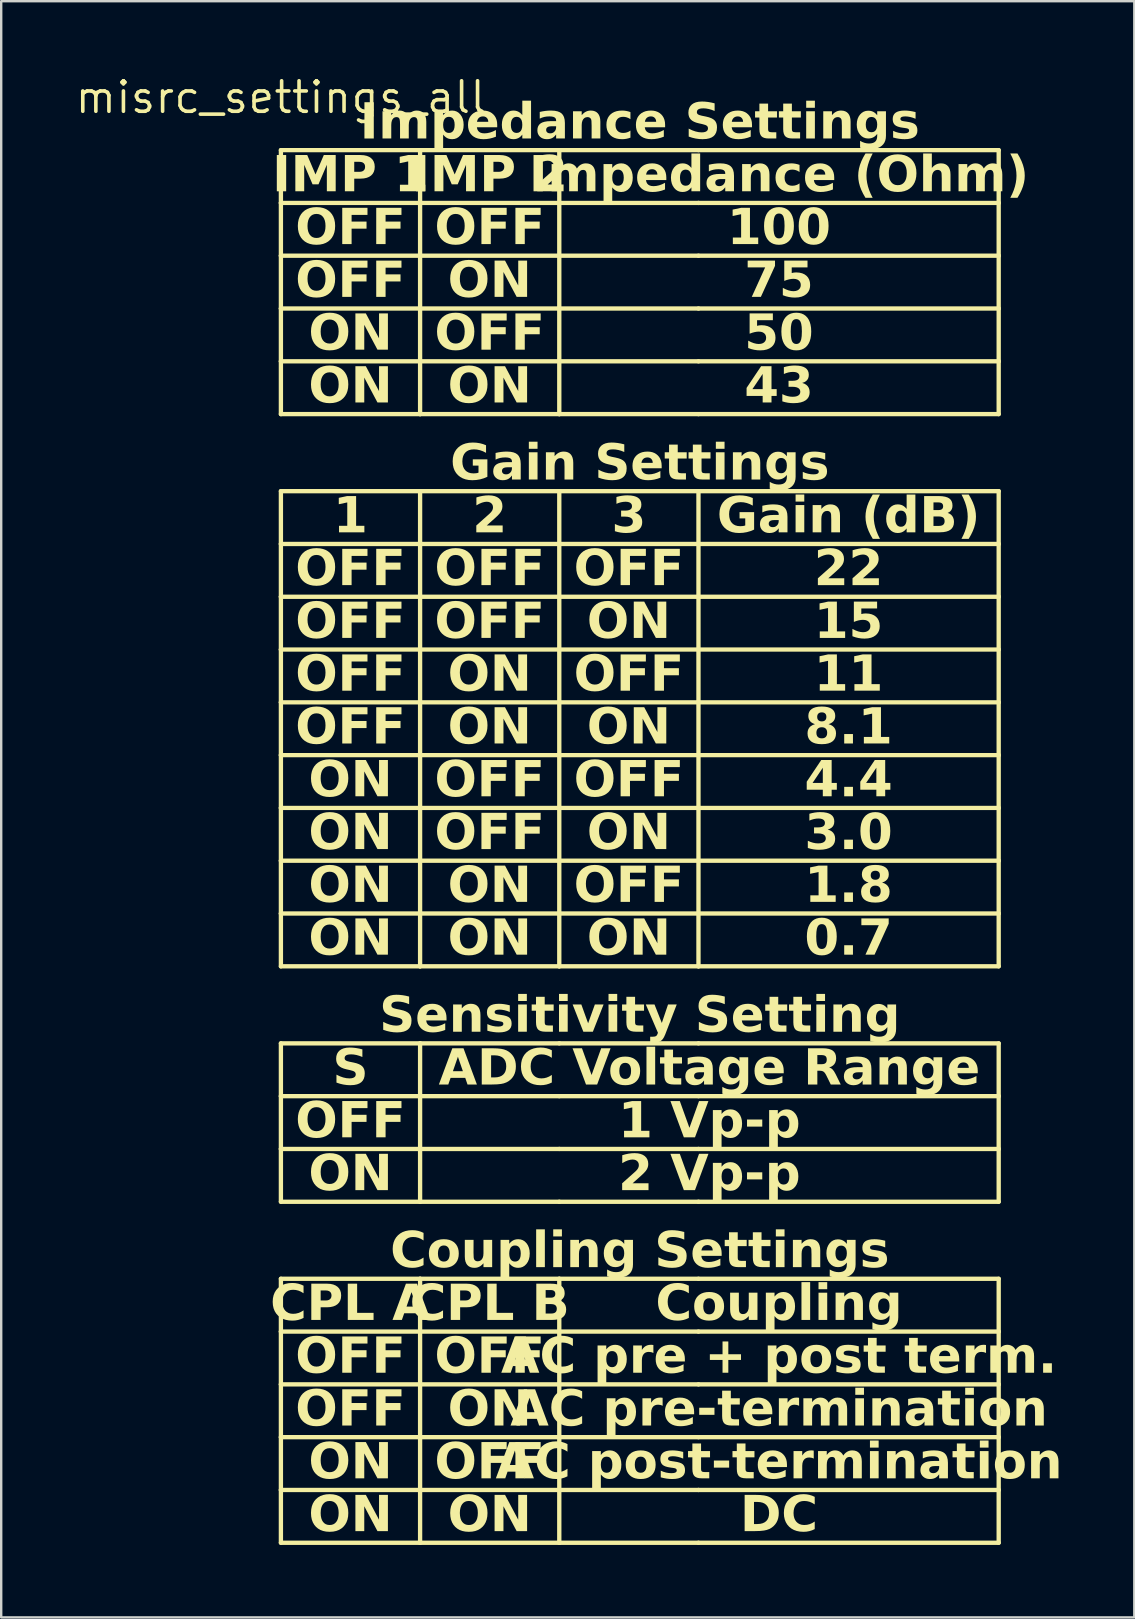
<source format=kicad_pcb>
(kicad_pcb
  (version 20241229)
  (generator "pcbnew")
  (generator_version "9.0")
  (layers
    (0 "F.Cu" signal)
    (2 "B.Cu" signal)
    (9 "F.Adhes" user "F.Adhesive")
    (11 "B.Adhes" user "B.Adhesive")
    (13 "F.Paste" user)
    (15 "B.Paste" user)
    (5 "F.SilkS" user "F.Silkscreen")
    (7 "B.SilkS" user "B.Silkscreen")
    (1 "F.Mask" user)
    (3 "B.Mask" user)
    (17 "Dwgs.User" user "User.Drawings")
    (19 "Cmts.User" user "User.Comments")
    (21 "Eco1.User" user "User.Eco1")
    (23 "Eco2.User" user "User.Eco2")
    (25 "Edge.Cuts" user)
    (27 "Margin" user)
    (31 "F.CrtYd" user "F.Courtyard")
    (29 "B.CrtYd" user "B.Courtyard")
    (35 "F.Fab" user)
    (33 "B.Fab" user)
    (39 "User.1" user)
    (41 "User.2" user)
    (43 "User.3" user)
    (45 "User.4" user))
  (footprint "misrc_settings_all"
    (layer "F.Cu")
    (at 8.655 1.006)
    (property "Reference" "misrc_settings_all" (at 0 0 0) (layer "F.SilkS") (effects (font (size 1.27 1.27) (thickness 0.15))))
    (attr through_hole)
    (fp_line (start 0 2.2) (end 0 4.4) (stroke (width 0.18) (type solid)) (layer "F.SilkS"))
    (fp_line (start 0 2.2) (end 5.8 2.2) (stroke (width 0.18) (type solid)) (layer "F.SilkS"))
    (fp_line (start 0 4.4) (end 0 6.6) (stroke (width 0.18) (type solid)) (layer "F.SilkS"))
    (fp_line (start 0 4.4) (end 5.8 4.4) (stroke (width 0.18) (type solid)) (layer "F.SilkS"))
    (fp_line (start 0 6.6) (end 0 8.8) (stroke (width 0.18) (type solid)) (layer "F.SilkS"))
    (fp_line (start 0 6.6) (end 5.8 6.6) (stroke (width 0.18) (type solid)) (layer "F.SilkS"))
    (fp_line (start 0 8.8) (end 0 11) (stroke (width 0.18) (type solid)) (layer "F.SilkS"))
    (fp_line (start 0 8.8) (end 5.8 8.8) (stroke (width 0.18) (type solid)) (layer "F.SilkS"))
    (fp_line (start 0 11) (end 0 13.2) (stroke (width 0.18) (type solid)) (layer "F.SilkS"))
    (fp_line (start 0 11) (end 5.8 11) (stroke (width 0.18) (type solid)) (layer "F.SilkS"))
    (fp_line (start 0 13.2) (end 5.8 13.2) (stroke (width 0.18) (type solid)) (layer "F.SilkS"))
    (fp_line (start 0 16.41) (end 0 18.61) (stroke (width 0.18) (type solid)) (layer "F.SilkS"))
    (fp_line (start 0 16.41) (end 5.8 16.41) (stroke (width 0.18) (type solid)) (layer "F.SilkS"))
    (fp_line (start 0 18.61) (end 0 20.81) (stroke (width 0.18) (type solid)) (layer "F.SilkS"))
    (fp_line (start 0 18.61) (end 5.8 18.61) (stroke (width 0.18) (type solid)) (layer "F.SilkS"))
    (fp_line (start 0 20.81) (end 0 23.01) (stroke (width 0.18) (type solid)) (layer "F.SilkS"))
    (fp_line (start 0 20.81) (end 5.8 20.81) (stroke (width 0.18) (type solid)) (layer "F.SilkS"))
    (fp_line (start 0 23.01) (end 0 25.21) (stroke (width 0.18) (type solid)) (layer "F.SilkS"))
    (fp_line (start 0 23.01) (end 5.8 23.01) (stroke (width 0.18) (type solid)) (layer "F.SilkS"))
    (fp_line (start 0 25.21) (end 0 27.41) (stroke (width 0.18) (type solid)) (layer "F.SilkS"))
    (fp_line (start 0 25.21) (end 5.8 25.21) (stroke (width 0.18) (type solid)) (layer "F.SilkS"))
    (fp_line (start 0 27.41) (end 0 29.61) (stroke (width 0.18) (type solid)) (layer "F.SilkS"))
    (fp_line (start 0 27.41) (end 5.8 27.41) (stroke (width 0.18) (type solid)) (layer "F.SilkS"))
    (fp_line (start 0 29.61) (end 0 31.81) (stroke (width 0.18) (type solid)) (layer "F.SilkS"))
    (fp_line (start 0 29.61) (end 5.8 29.61) (stroke (width 0.18) (type solid)) (layer "F.SilkS"))
    (fp_line (start 0 31.81) (end 0 34.01) (stroke (width 0.18) (type solid)) (layer "F.SilkS"))
    (fp_line (start 0 31.81) (end 5.8 31.81) (stroke (width 0.18) (type solid)) (layer "F.SilkS"))
    (fp_line (start 0 34.01) (end 0 36.21) (stroke (width 0.18) (type solid)) (layer "F.SilkS"))
    (fp_line (start 0 34.01) (end 5.8 34.01) (stroke (width 0.18) (type solid)) (layer "F.SilkS"))
    (fp_line (start 0 36.21) (end 5.8 36.21) (stroke (width 0.18) (type solid)) (layer "F.SilkS"))
    (fp_line (start 0 39.42) (end 0 41.62) (stroke (width 0.18) (type solid)) (layer "F.SilkS"))
    (fp_line (start 0 39.42) (end 5.8 39.42) (stroke (width 0.18) (type solid)) (layer "F.SilkS"))
    (fp_line (start 0 41.62) (end 0 43.82) (stroke (width 0.18) (type solid)) (layer "F.SilkS"))
    (fp_line (start 0 41.62) (end 5.8 41.62) (stroke (width 0.18) (type solid)) (layer "F.SilkS"))
    (fp_line (start 0 43.82) (end 0 46.02) (stroke (width 0.18) (type solid)) (layer "F.SilkS"))
    (fp_line (start 0 43.82) (end 5.8 43.82) (stroke (width 0.18) (type solid)) (layer "F.SilkS"))
    (fp_line (start 0 46.02) (end 5.8 46.02) (stroke (width 0.18) (type solid)) (layer "F.SilkS"))
    (fp_line (start 0 49.23) (end 0 51.43) (stroke (width 0.18) (type solid)) (layer "F.SilkS"))
    (fp_line (start 0 49.23) (end 5.8 49.23) (stroke (width 0.18) (type solid)) (layer "F.SilkS"))
    (fp_line (start 0 51.43) (end 0 53.63) (stroke (width 0.18) (type solid)) (layer "F.SilkS"))
    (fp_line (start 0 51.43) (end 5.8 51.43) (stroke (width 0.18) (type solid)) (layer "F.SilkS"))
    (fp_line (start 0 53.63) (end 0 55.83) (stroke (width 0.18) (type solid)) (layer "F.SilkS"))
    (fp_line (start 0 53.63) (end 5.8 53.63) (stroke (width 0.18) (type solid)) (layer "F.SilkS"))
    (fp_line (start 0 55.83) (end 0 58.03) (stroke (width 0.18) (type solid)) (layer "F.SilkS"))
    (fp_line (start 0 55.83) (end 5.8 55.83) (stroke (width 0.18) (type solid)) (layer "F.SilkS"))
    (fp_line (start 0 58.03) (end 0 60.23) (stroke (width 0.18) (type solid)) (layer "F.SilkS"))
    (fp_line (start 0 58.03) (end 5.8 58.03) (stroke (width 0.18) (type solid)) (layer "F.SilkS"))
    (fp_line (start 0 60.23) (end 5.8 60.23) (stroke (width 0.18) (type solid)) (layer "F.SilkS"))
    (fp_line (start 5.8 2.2) (end 5.8 4.4) (stroke (width 0.18) (type solid)) (layer "F.SilkS"))
    (fp_line (start 5.8 2.2) (end 11.6 2.2) (stroke (width 0.18) (type solid)) (layer "F.SilkS"))
    (fp_line (start 5.8 4.4) (end 5.8 6.6) (stroke (width 0.18) (type solid)) (layer "F.SilkS"))
    (fp_line (start 5.8 4.4) (end 11.6 4.4) (stroke (width 0.18) (type solid)) (layer "F.SilkS"))
    (fp_line (start 5.8 6.6) (end 5.8 8.8) (stroke (width 0.18) (type solid)) (layer "F.SilkS"))
    (fp_line (start 5.8 6.6) (end 11.6 6.6) (stroke (width 0.18) (type solid)) (layer "F.SilkS"))
    (fp_line (start 5.8 8.8) (end 5.8 11) (stroke (width 0.18) (type solid)) (layer "F.SilkS"))
    (fp_line (start 5.8 8.8) (end 11.6 8.8) (stroke (width 0.18) (type solid)) (layer "F.SilkS"))
    (fp_line (start 5.8 11) (end 5.8 13.2) (stroke (width 0.18) (type solid)) (layer "F.SilkS"))
    (fp_line (start 5.8 11) (end 11.6 11) (stroke (width 0.18) (type solid)) (layer "F.SilkS"))
    (fp_line (start 5.8 13.2) (end 11.6 13.2) (stroke (width 0.18) (type solid)) (layer "F.SilkS"))
    (fp_line (start 5.8 16.41) (end 5.8 18.61) (stroke (width 0.18) (type solid)) (layer "F.SilkS"))
    (fp_line (start 5.8 16.41) (end 11.6 16.41) (stroke (width 0.18) (type solid)) (layer "F.SilkS"))
    (fp_line (start 5.8 18.61) (end 5.8 20.81) (stroke (width 0.18) (type solid)) (layer "F.SilkS"))
    (fp_line (start 5.8 18.61) (end 11.6 18.61) (stroke (width 0.18) (type solid)) (layer "F.SilkS"))
    (fp_line (start 5.8 20.81) (end 5.8 23.01) (stroke (width 0.18) (type solid)) (layer "F.SilkS"))
    (fp_line (start 5.8 20.81) (end 11.6 20.81) (stroke (width 0.18) (type solid)) (layer "F.SilkS"))
    (fp_line (start 5.8 23.01) (end 5.8 25.21) (stroke (width 0.18) (type solid)) (layer "F.SilkS"))
    (fp_line (start 5.8 23.01) (end 11.6 23.01) (stroke (width 0.18) (type solid)) (layer "F.SilkS"))
    (fp_line (start 5.8 25.21) (end 5.8 27.41) (stroke (width 0.18) (type solid)) (layer "F.SilkS"))
    (fp_line (start 5.8 25.21) (end 11.6 25.21) (stroke (width 0.18) (type solid)) (layer "F.SilkS"))
    (fp_line (start 5.8 27.41) (end 5.8 29.61) (stroke (width 0.18) (type solid)) (layer "F.SilkS"))
    (fp_line (start 5.8 27.41) (end 11.6 27.41) (stroke (width 0.18) (type solid)) (layer "F.SilkS"))
    (fp_line (start 5.8 29.61) (end 5.8 31.81) (stroke (width 0.18) (type solid)) (layer "F.SilkS"))
    (fp_line (start 5.8 29.61) (end 11.6 29.61) (stroke (width 0.18) (type solid)) (layer "F.SilkS"))
    (fp_line (start 5.8 31.81) (end 5.8 34.01) (stroke (width 0.18) (type solid)) (layer "F.SilkS"))
    (fp_line (start 5.8 31.81) (end 11.6 31.81) (stroke (width 0.18) (type solid)) (layer "F.SilkS"))
    (fp_line (start 5.8 34.01) (end 5.8 36.21) (stroke (width 0.18) (type solid)) (layer "F.SilkS"))
    (fp_line (start 5.8 34.01) (end 11.6 34.01) (stroke (width 0.18) (type solid)) (layer "F.SilkS"))
    (fp_line (start 5.8 36.21) (end 11.6 36.21) (stroke (width 0.18) (type solid)) (layer "F.SilkS"))
    (fp_line (start 5.8 39.42) (end 5.8 41.62) (stroke (width 0.18) (type solid)) (layer "F.SilkS"))
    (fp_line (start 5.8 39.42) (end 11.6 39.42) (stroke (width 0.18) (type solid)) (layer "F.SilkS"))
    (fp_line (start 5.8 41.62) (end 5.8 43.82) (stroke (width 0.18) (type solid)) (layer "F.SilkS"))
    (fp_line (start 5.8 41.62) (end 11.6 41.62) (stroke (width 0.18) (type solid)) (layer "F.SilkS"))
    (fp_line (start 5.8 43.82) (end 5.8 46.02) (stroke (width 0.18) (type solid)) (layer "F.SilkS"))
    (fp_line (start 5.8 43.82) (end 11.6 43.82) (stroke (width 0.18) (type solid)) (layer "F.SilkS"))
    (fp_line (start 5.8 46.02) (end 11.6 46.02) (stroke (width 0.18) (type solid)) (layer "F.SilkS"))
    (fp_line (start 5.8 49.23) (end 5.8 51.43) (stroke (width 0.18) (type solid)) (layer "F.SilkS"))
    (fp_line (start 5.8 49.23) (end 11.6 49.23) (stroke (width 0.18) (type solid)) (layer "F.SilkS"))
    (fp_line (start 5.8 51.43) (end 5.8 53.63) (stroke (width 0.18) (type solid)) (layer "F.SilkS"))
    (fp_line (start 5.8 51.43) (end 11.6 51.43) (stroke (width 0.18) (type solid)) (layer "F.SilkS"))
    (fp_line (start 5.8 53.63) (end 5.8 55.83) (stroke (width 0.18) (type solid)) (layer "F.SilkS"))
    (fp_line (start 5.8 53.63) (end 11.6 53.63) (stroke (width 0.18) (type solid)) (layer "F.SilkS"))
    (fp_line (start 5.8 55.83) (end 5.8 58.03) (stroke (width 0.18) (type solid)) (layer "F.SilkS"))
    (fp_line (start 5.8 55.83) (end 11.6 55.83) (stroke (width 0.18) (type solid)) (layer "F.SilkS"))
    (fp_line (start 5.8 58.03) (end 5.8 60.23) (stroke (width 0.18) (type solid)) (layer "F.SilkS"))
    (fp_line (start 5.8 58.03) (end 11.6 58.03) (stroke (width 0.18) (type solid)) (layer "F.SilkS"))
    (fp_line (start 5.8 60.23) (end 11.6 60.23) (stroke (width 0.18) (type solid)) (layer "F.SilkS"))
    (fp_line (start 11.6 2.2) (end 11.6 4.4) (stroke (width 0.18) (type solid)) (layer "F.SilkS"))
    (fp_line (start 11.6 2.2) (end 17.4 2.2) (stroke (width 0.18) (type solid)) (layer "F.SilkS"))
    (fp_line (start 11.6 4.4) (end 11.6 6.6) (stroke (width 0.18) (type solid)) (layer "F.SilkS"))
    (fp_line (start 11.6 4.4) (end 17.4 4.4) (stroke (width 0.18) (type solid)) (layer "F.SilkS"))
    (fp_line (start 11.6 6.6) (end 11.6 8.8) (stroke (width 0.18) (type solid)) (layer "F.SilkS"))
    (fp_line (start 11.6 6.6) (end 17.4 6.6) (stroke (width 0.18) (type solid)) (layer "F.SilkS"))
    (fp_line (start 11.6 8.8) (end 11.6 11) (stroke (width 0.18) (type solid)) (layer "F.SilkS"))
    (fp_line (start 11.6 8.8) (end 17.4 8.8) (stroke (width 0.18) (type solid)) (layer "F.SilkS"))
    (fp_line (start 11.6 11) (end 11.6 13.2) (stroke (width 0.18) (type solid)) (layer "F.SilkS"))
    (fp_line (start 11.6 11) (end 17.4 11) (stroke (width 0.18) (type solid)) (layer "F.SilkS"))
    (fp_line (start 11.6 13.2) (end 17.4 13.2) (stroke (width 0.18) (type solid)) (layer "F.SilkS"))
    (fp_line (start 11.6 16.41) (end 11.6 18.61) (stroke (width 0.18) (type solid)) (layer "F.SilkS"))
    (fp_line (start 11.6 16.41) (end 17.4 16.41) (stroke (width 0.18) (type solid)) (layer "F.SilkS"))
    (fp_line (start 11.6 18.61) (end 11.6 20.81) (stroke (width 0.18) (type solid)) (layer "F.SilkS"))
    (fp_line (start 11.6 18.61) (end 17.4 18.61) (stroke (width 0.18) (type solid)) (layer "F.SilkS"))
    (fp_line (start 11.6 20.81) (end 11.6 23.01) (stroke (width 0.18) (type solid)) (layer "F.SilkS"))
    (fp_line (start 11.6 20.81) (end 17.4 20.81) (stroke (width 0.18) (type solid)) (layer "F.SilkS"))
    (fp_line (start 11.6 23.01) (end 11.6 25.21) (stroke (width 0.18) (type solid)) (layer "F.SilkS"))
    (fp_line (start 11.6 23.01) (end 17.4 23.01) (stroke (width 0.18) (type solid)) (layer "F.SilkS"))
    (fp_line (start 11.6 25.21) (end 11.6 27.41) (stroke (width 0.18) (type solid)) (layer "F.SilkS"))
    (fp_line (start 11.6 25.21) (end 17.4 25.21) (stroke (width 0.18) (type solid)) (layer "F.SilkS"))
    (fp_line (start 11.6 27.41) (end 11.6 29.61) (stroke (width 0.18) (type solid)) (layer "F.SilkS"))
    (fp_line (start 11.6 27.41) (end 17.4 27.41) (stroke (width 0.18) (type solid)) (layer "F.SilkS"))
    (fp_line (start 11.6 29.61) (end 11.6 31.81) (stroke (width 0.18) (type solid)) (layer "F.SilkS"))
    (fp_line (start 11.6 29.61) (end 17.4 29.61) (stroke (width 0.18) (type solid)) (layer "F.SilkS"))
    (fp_line (start 11.6 31.81) (end 11.6 34.01) (stroke (width 0.18) (type solid)) (layer "F.SilkS"))
    (fp_line (start 11.6 31.81) (end 17.4 31.81) (stroke (width 0.18) (type solid)) (layer "F.SilkS"))
    (fp_line (start 11.6 34.01) (end 11.6 36.21) (stroke (width 0.18) (type solid)) (layer "F.SilkS"))
    (fp_line (start 11.6 34.01) (end 17.4 34.01) (stroke (width 0.18) (type solid)) (layer "F.SilkS"))
    (fp_line (start 11.6 36.21) (end 17.4 36.21) (stroke (width 0.18) (type solid)) (layer "F.SilkS"))
    (fp_line (start 11.6 39.42) (end 17.4 39.42) (stroke (width 0.18) (type solid)) (layer "F.SilkS"))
    (fp_line (start 11.6 41.62) (end 17.4 41.62) (stroke (width 0.18) (type solid)) (layer "F.SilkS"))
    (fp_line (start 11.6 43.82) (end 17.4 43.82) (stroke (width 0.18) (type solid)) (layer "F.SilkS"))
    (fp_line (start 11.6 46.02) (end 17.4 46.02) (stroke (width 0.18) (type solid)) (layer "F.SilkS"))
    (fp_line (start 11.6 49.23) (end 11.6 51.43) (stroke (width 0.18) (type solid)) (layer "F.SilkS"))
    (fp_line (start 11.6 49.23) (end 17.4 49.23) (stroke (width 0.18) (type solid)) (layer "F.SilkS"))
    (fp_line (start 11.6 51.43) (end 11.6 53.63) (stroke (width 0.18) (type solid)) (layer "F.SilkS"))
    (fp_line (start 11.6 51.43) (end 17.4 51.43) (stroke (width 0.18) (type solid)) (layer "F.SilkS"))
    (fp_line (start 11.6 53.63) (end 11.6 55.83) (stroke (width 0.18) (type solid)) (layer "F.SilkS"))
    (fp_line (start 11.6 53.63) (end 17.4 53.63) (stroke (width 0.18) (type solid)) (layer "F.SilkS"))
    (fp_line (start 11.6 55.83) (end 11.6 58.03) (stroke (width 0.18) (type solid)) (layer "F.SilkS"))
    (fp_line (start 11.6 55.83) (end 17.4 55.83) (stroke (width 0.18) (type solid)) (layer "F.SilkS"))
    (fp_line (start 11.6 58.03) (end 11.6 60.23) (stroke (width 0.18) (type solid)) (layer "F.SilkS"))
    (fp_line (start 11.6 58.03) (end 17.4 58.03) (stroke (width 0.18) (type solid)) (layer "F.SilkS"))
    (fp_line (start 11.6 60.23) (end 17.4 60.23) (stroke (width 0.18) (type solid)) (layer "F.SilkS"))
    (fp_line (start 17.4 2.2) (end 29.91 2.2) (stroke (width 0.18) (type solid)) (layer "F.SilkS"))
    (fp_line (start 17.4 4.4) (end 29.91 4.4) (stroke (width 0.18) (type solid)) (layer "F.SilkS"))
    (fp_line (start 17.4 6.6) (end 29.91 6.6) (stroke (width 0.18) (type solid)) (layer "F.SilkS"))
    (fp_line (start 17.4 8.8) (end 29.91 8.8) (stroke (width 0.18) (type solid)) (layer "F.SilkS"))
    (fp_line (start 17.4 11) (end 29.91 11) (stroke (width 0.18) (type solid)) (layer "F.SilkS"))
    (fp_line (start 17.4 13.2) (end 29.91 13.2) (stroke (width 0.18) (type solid)) (layer "F.SilkS"))
    (fp_line (start 17.4 16.41) (end 17.4 18.61) (stroke (width 0.18) (type solid)) (layer "F.SilkS"))
    (fp_line (start 17.4 16.41) (end 29.91 16.41) (stroke (width 0.18) (type solid)) (layer "F.SilkS"))
    (fp_line (start 17.4 18.61) (end 17.4 20.81) (stroke (width 0.18) (type solid)) (layer "F.SilkS"))
    (fp_line (start 17.4 18.61) (end 29.91 18.61) (stroke (width 0.18) (type solid)) (layer "F.SilkS"))
    (fp_line (start 17.4 20.81) (end 17.4 23.01) (stroke (width 0.18) (type solid)) (layer "F.SilkS"))
    (fp_line (start 17.4 20.81) (end 29.91 20.81) (stroke (width 0.18) (type solid)) (layer "F.SilkS"))
    (fp_line (start 17.4 23.01) (end 17.4 25.21) (stroke (width 0.18) (type solid)) (layer "F.SilkS"))
    (fp_line (start 17.4 23.01) (end 29.91 23.01) (stroke (width 0.18) (type solid)) (layer "F.SilkS"))
    (fp_line (start 17.4 25.21) (end 17.4 27.41) (stroke (width 0.18) (type solid)) (layer "F.SilkS"))
    (fp_line (start 17.4 25.21) (end 29.91 25.21) (stroke (width 0.18) (type solid)) (layer "F.SilkS"))
    (fp_line (start 17.4 27.41) (end 17.4 29.61) (stroke (width 0.18) (type solid)) (layer "F.SilkS"))
    (fp_line (start 17.4 27.41) (end 29.91 27.41) (stroke (width 0.18) (type solid)) (layer "F.SilkS"))
    (fp_line (start 17.4 29.61) (end 17.4 31.81) (stroke (width 0.18) (type solid)) (layer "F.SilkS"))
    (fp_line (start 17.4 29.61) (end 29.91 29.61) (stroke (width 0.18) (type solid)) (layer "F.SilkS"))
    (fp_line (start 17.4 31.81) (end 17.4 34.01) (stroke (width 0.18) (type solid)) (layer "F.SilkS"))
    (fp_line (start 17.4 31.81) (end 29.91 31.81) (stroke (width 0.18) (type solid)) (layer "F.SilkS"))
    (fp_line (start 17.4 34.01) (end 17.4 36.21) (stroke (width 0.18) (type solid)) (layer "F.SilkS"))
    (fp_line (start 17.4 34.01) (end 29.91 34.01) (stroke (width 0.18) (type solid)) (layer "F.SilkS"))
    (fp_line (start 17.4 36.21) (end 29.91 36.21) (stroke (width 0.18) (type solid)) (layer "F.SilkS"))
    (fp_line (start 17.4 39.42) (end 29.91 39.42) (stroke (width 0.18) (type solid)) (layer "F.SilkS"))
    (fp_line (start 17.4 41.62) (end 29.91 41.62) (stroke (width 0.18) (type solid)) (layer "F.SilkS"))
    (fp_line (start 17.4 43.82) (end 29.91 43.82) (stroke (width 0.18) (type solid)) (layer "F.SilkS"))
    (fp_line (start 17.4 46.02) (end 29.91 46.02) (stroke (width 0.18) (type solid)) (layer "F.SilkS"))
    (fp_line (start 17.4 49.23) (end 29.91 49.23) (stroke (width 0.18) (type solid)) (layer "F.SilkS"))
    (fp_line (start 17.4 51.43) (end 29.91 51.43) (stroke (width 0.18) (type solid)) (layer "F.SilkS"))
    (fp_line (start 17.4 53.63) (end 29.91 53.63) (stroke (width 0.18) (type solid)) (layer "F.SilkS"))
    (fp_line (start 17.4 55.83) (end 29.91 55.83) (stroke (width 0.18) (type solid)) (layer "F.SilkS"))
    (fp_line (start 17.4 58.03) (end 29.91 58.03) (stroke (width 0.18) (type solid)) (layer "F.SilkS"))
    (fp_line (start 17.4 60.23) (end 29.91 60.23) (stroke (width 0.18) (type solid)) (layer "F.SilkS"))
    (fp_line (start 29.91 2.2) (end 29.91 4.4) (stroke (width 0.18) (type solid)) (layer "F.SilkS"))
    (fp_line (start 29.91 4.4) (end 29.91 6.6) (stroke (width 0.18) (type solid)) (layer "F.SilkS"))
    (fp_line (start 29.91 6.6) (end 29.91 8.8) (stroke (width 0.18) (type solid)) (layer "F.SilkS"))
    (fp_line (start 29.91 8.8) (end 29.91 11) (stroke (width 0.18) (type solid)) (layer "F.SilkS"))
    (fp_line (start 29.91 11) (end 29.91 13.2) (stroke (width 0.18) (type solid)) (layer "F.SilkS"))
    (fp_line (start 29.91 16.41) (end 29.91 18.61) (stroke (width 0.18) (type solid)) (layer "F.SilkS"))
    (fp_line (start 29.91 18.61) (end 29.91 20.81) (stroke (width 0.18) (type solid)) (layer "F.SilkS"))
    (fp_line (start 29.91 20.81) (end 29.91 23.01) (stroke (width 0.18) (type solid)) (layer "F.SilkS"))
    (fp_line (start 29.91 23.01) (end 29.91 25.21) (stroke (width 0.18) (type solid)) (layer "F.SilkS"))
    (fp_line (start 29.91 25.21) (end 29.91 27.41) (stroke (width 0.18) (type solid)) (layer "F.SilkS"))
    (fp_line (start 29.91 27.41) (end 29.91 29.61) (stroke (width 0.18) (type solid)) (layer "F.SilkS"))
    (fp_line (start 29.91 29.61) (end 29.91 31.81) (stroke (width 0.18) (type solid)) (layer "F.SilkS"))
    (fp_line (start 29.91 31.81) (end 29.91 34.01) (stroke (width 0.18) (type solid)) (layer "F.SilkS"))
    (fp_line (start 29.91 34.01) (end 29.91 36.21) (stroke (width 0.18) (type solid)) (layer "F.SilkS"))
    (fp_line (start 29.91 39.42) (end 29.91 41.62) (stroke (width 0.18) (type solid)) (layer "F.SilkS"))
    (fp_line (start 29.91 41.62) (end 29.91 43.82) (stroke (width 0.18) (type solid)) (layer "F.SilkS"))
    (fp_line (start 29.91 43.82) (end 29.91 46.02) (stroke (width 0.18) (type solid)) (layer "F.SilkS"))
    (fp_line (start 29.91 49.23) (end 29.91 51.43) (stroke (width 0.18) (type solid)) (layer "F.SilkS"))
    (fp_line (start 29.91 51.43) (end 29.91 53.63) (stroke (width 0.18) (type solid)) (layer "F.SilkS"))
    (fp_line (start 29.91 53.63) (end 29.91 55.83) (stroke (width 0.18) (type solid)) (layer "F.SilkS"))
    (fp_line (start 29.91 55.83) (end 29.91 58.03) (stroke (width 0.18) (type solid)) (layer "F.SilkS"))
    (fp_line (start 29.91 58.03) (end 29.91 60.23) (stroke (width 0.18) (type solid)) (layer "F.SilkS"))
    (fp_text user "OFF" (at 8.7 9.9 0) (layer "F.SilkS") (effects (font (face "Calibri") (size 1.482 1.482) (thickness 0.15) (bold yes))))
    (fp_text user "43" (at 20.755 12.1 0) (layer "F.SilkS") (effects (font (face "Calibri") (size 1.482 1.482) (thickness 0.15) (bold yes))))
    (fp_text user "Gain (dB)" (at 23.655 17.51 0) (layer "F.SilkS") (effects (font (face "Calibri") (size 1.482 1.482) (thickness 0.15) (bold yes))))
    (fp_text user "OFF" (at 2.9 26.31 0) (layer "F.SilkS") (effects (font (face "Calibri") (size 1.482 1.482) (thickness 0.15) (bold yes))))
    (fp_text user "4.4" (at 23.655 28.51 0) (layer "F.SilkS") (effects (font (face "Calibri") (size 1.482 1.482) (thickness 0.15) (bold yes))))
    (fp_text user "ON" (at 14.5 26.31 0) (layer "F.SilkS") (effects (font (face "Calibri") (size 1.482 1.482) (thickness 0.15) (bold yes))))
    (fp_text user "Coupling Settings" (at 14.955 48.13 0) (layer "F.SilkS") (effects (font (face "Calibri") (size 1.482 1.482) (thickness 0.15) (bold yes))))
    (fp_text user "OFF" (at 8.7 28.51 0) (layer "F.SilkS") (effects (font (face "Calibri") (size 1.482 1.482) (thickness 0.15) (bold yes))))
    (fp_text user "OFF" (at 14.5 28.51 0) (layer "F.SilkS") (effects (font (face "Calibri") (size 1.482 1.482) (thickness 0.15) (bold yes))))
    (fp_text user "OFF" (at 2.9 52.53 0) (layer "F.SilkS") (effects (font (face "Calibri") (size 1.482 1.482) (thickness 0.15) (bold yes))))
    (fp_text user "IMP 2" (at 8.7 3.3 0) (layer "F.SilkS") (effects (font (face "Calibri") (size 1.482 1.482) (thickness 0.15) (bold yes))))
    (fp_text user "ON" (at 14.5 21.91 0) (layer "F.SilkS") (effects (font (face "Calibri") (size 1.482 1.482) (thickness 0.15) (bold yes))))
    (fp_text user "OFF" (at 2.9 24.11 0) (layer "F.SilkS") (effects (font (face "Calibri") (size 1.482 1.482) (thickness 0.15) (bold yes))))
    (fp_text user "50" (at 20.755 9.9 0) (layer "F.SilkS") (effects (font (face "Calibri") (size 1.482 1.482) (thickness 0.15) (bold yes))))
    (fp_text user "AC post-termination" (at 20.755 56.93 0) (layer "F.SilkS") (effects (font (face "Calibri") (size 1.482 1.482) (thickness 0.15) (bold yes))))
    (fp_text user "ON" (at 14.5 35.11 0) (layer "F.SilkS") (effects (font (face "Calibri") (size 1.482 1.482) (thickness 0.15) (bold yes))))
    (fp_text user "75" (at 20.755 7.7 0) (layer "F.SilkS") (effects (font (face "Calibri") (size 1.482 1.482) (thickness 0.15) (bold yes))))
    (fp_text user "3" (at 14.5 17.51 0) (layer "F.SilkS") (effects (font (face "Calibri") (size 1.482 1.482) (thickness 0.15) (bold yes))))
    (fp_text user "Gain Settings" (at 14.955 15.31 0) (layer "F.SilkS") (effects (font (face "Calibri") (size 1.482 1.482) (thickness 0.15) (bold yes))))
    (fp_text user "OFF" (at 2.9 5.5 0) (layer "F.SilkS") (effects (font (face "Calibri") (size 1.482 1.482) (thickness 0.15) (bold yes))))
    (fp_text user "11" (at 23.655 24.11 0) (layer "F.SilkS") (effects (font (face "Calibri") (size 1.482 1.482) (thickness 0.15) (bold yes))))
    (fp_text user "1.8" (at 23.655 32.91 0) (layer "F.SilkS") (effects (font (face "Calibri") (size 1.482 1.482) (thickness 0.15) (bold yes))))
    (fp_text user "OFF" (at 2.9 7.7 0) (layer "F.SilkS") (effects (font (face "Calibri") (size 1.482 1.482) (thickness 0.15) (bold yes))))
    (fp_text user "OFF" (at 2.9 54.73 0) (layer "F.SilkS") (effects (font (face "Calibri") (size 1.482 1.482) (thickness 0.15) (bold yes))))
    (fp_text user "1 Vp-p" (at 17.855 42.72 0) (layer "F.SilkS") (effects (font (face "Calibri") (size 1.482 1.482) (thickness 0.15) (bold yes))))
    (fp_text user "Impedance (Ohm)" (at 20.755 3.3 0) (layer "F.SilkS") (effects (font (face "Calibri") (size 1.482 1.482) (thickness 0.15) (bold yes))))
    (fp_text user "15" (at 23.655 21.91 0) (layer "F.SilkS") (effects (font (face "Calibri") (size 1.482 1.482) (thickness 0.15) (bold yes))))
    (fp_text user "ON" (at 8.7 26.31 0) (layer "F.SilkS") (effects (font (face "Calibri") (size 1.482 1.482) (thickness 0.15) (bold yes))))
    (fp_text user "IMP 1" (at 2.9 3.3 0) (layer "F.SilkS") (effects (font (face "Calibri") (size 1.482 1.482) (thickness 0.15) (bold yes))))
    (fp_text user "DC" (at 20.755 59.13 0) (layer "F.SilkS") (effects (font (face "Calibri") (size 1.482 1.482) (thickness 0.15) (bold yes))))
    (fp_text user "OFF" (at 2.9 21.91 0) (layer "F.SilkS") (effects (font (face "Calibri") (size 1.482 1.482) (thickness 0.15) (bold yes))))
    (fp_text user "1" (at 2.9 17.51 0) (layer "F.SilkS") (effects (font (face "Calibri") (size 1.482 1.482) (thickness 0.15) (bold yes))))
    (fp_text user "ON" (at 8.7 12.1 0) (layer "F.SilkS") (effects (font (face "Calibri") (size 1.482 1.482) (thickness 0.15) (bold yes))))
    (fp_text user "S" (at 2.9 40.52 0) (layer "F.SilkS") (effects (font (face "Calibri") (size 1.482 1.482) (thickness 0.15) (bold yes))))
    (fp_text user "ON" (at 2.9 35.11 0) (layer "F.SilkS") (effects (font (face "Calibri") (size 1.482 1.482) (thickness 0.15) (bold yes))))
    (fp_text user "ON" (at 2.9 59.13 0) (layer "F.SilkS") (effects (font (face "Calibri") (size 1.482 1.482) (thickness 0.15) (bold yes))))
    (fp_text user "Impedance Settings" (at 14.955 1.1 0) (layer "F.SilkS") (effects (font (face "Calibri") (size 1.482 1.482) (thickness 0.15) (bold yes))))
    (fp_text user "ON" (at 8.7 35.11 0) (layer "F.SilkS") (effects (font (face "Calibri") (size 1.482 1.482) (thickness 0.15) (bold yes))))
    (fp_text user "OFF" (at 8.7 21.91 0) (layer "F.SilkS") (effects (font (face "Calibri") (size 1.482 1.482) (thickness 0.15) (bold yes))))
    (fp_text user "OFF" (at 8.7 5.5 0) (layer "F.SilkS") (effects (font (face "Calibri") (size 1.482 1.482) (thickness 0.15) (bold yes))))
    (fp_text user "AC pre + post term." (at 20.755 52.53 0) (layer "F.SilkS") (effects (font (face "Calibri") (size 1.482 1.482) (thickness 0.15) (bold yes))))
    (fp_text user "ON" (at 8.7 7.7 0) (layer "F.SilkS") (effects (font (face "Calibri") (size 1.482 1.482) (thickness 0.15) (bold yes))))
    (fp_text user "ON" (at 2.9 56.93 0) (layer "F.SilkS") (effects (font (face "Calibri") (size 1.482 1.482) (thickness 0.15) (bold yes))))
    (fp_text user "ON" (at 8.7 59.13 0) (layer "F.SilkS") (effects (font (face "Calibri") (size 1.482 1.482) (thickness 0.15) (bold yes))))
    (fp_text user "ON" (at 8.7 54.73 0) (layer "F.SilkS") (effects (font (face "Calibri") (size 1.482 1.482) (thickness 0.15) (bold yes))))
    (fp_text user "0.7" (at 23.655 35.11 0) (layer "F.SilkS") (effects (font (face "Calibri") (size 1.482 1.482) (thickness 0.15) (bold yes))))
    (fp_text user "ON" (at 2.9 32.91 0) (layer "F.SilkS") (effects (font (face "Calibri") (size 1.482 1.482) (thickness 0.15) (bold yes))))
    (fp_text user "OFF" (at 8.7 30.71 0) (layer "F.SilkS") (effects (font (face "Calibri") (size 1.482 1.482) (thickness 0.15) (bold yes))))
    (fp_text user "OFF" (at 14.5 32.91 0) (layer "F.SilkS") (effects (font (face "Calibri") (size 1.482 1.482) (thickness 0.15) (bold yes))))
    (fp_text user "22" (at 23.655 19.71 0) (layer "F.SilkS") (effects (font (face "Calibri") (size 1.482 1.482) (thickness 0.15) (bold yes))))
    (fp_text user "ON" (at 2.9 12.1 0) (layer "F.SilkS") (effects (font (face "Calibri") (size 1.482 1.482) (thickness 0.15) (bold yes))))
    (fp_text user "2" (at 8.7 17.51 0) (layer "F.SilkS") (effects (font (face "Calibri") (size 1.482 1.482) (thickness 0.15) (bold yes))))
    (fp_text user "OFF" (at 14.5 19.71 0) (layer "F.SilkS") (effects (font (face "Calibri") (size 1.482 1.482) (thickness 0.15) (bold yes))))
    (fp_text user "OFF" (at 2.9 19.71 0) (layer "F.SilkS") (effects (font (face "Calibri") (size 1.482 1.482) (thickness 0.15) (bold yes))))
    (fp_text user "OFF" (at 14.5 24.11 0) (layer "F.SilkS") (effects (font (face "Calibri") (size 1.482 1.482) (thickness 0.15) (bold yes))))
    (fp_text user "OFF" (at 8.7 52.53 0) (layer "F.SilkS") (effects (font (face "Calibri") (size 1.482 1.482) (thickness 0.15) (bold yes))))
    (fp_text user "ON" (at 2.9 44.92 0) (layer "F.SilkS") (effects (font (face "Calibri") (size 1.482 1.482) (thickness 0.15) (bold yes))))
    (fp_text user "ON" (at 2.9 30.71 0) (layer "F.SilkS") (effects (font (face "Calibri") (size 1.482 1.482) (thickness 0.15) (bold yes))))
    (fp_text user "ON" (at 2.9 28.51 0) (layer "F.SilkS") (effects (font (face "Calibri") (size 1.482 1.482) (thickness 0.15) (bold yes))))
    (fp_text user "100" (at 20.755 5.5 0) (layer "F.SilkS") (effects (font (face "Calibri") (size 1.482 1.482) (thickness 0.15) (bold yes))))
    (fp_text user "CPL B" (at 8.7 50.33 0) (layer "F.SilkS") (effects (font (face "Calibri") (size 1.482 1.482) (thickness 0.15) (bold yes))))
    (fp_text user "Coupling" (at 20.755 50.33 0) (layer "F.SilkS") (effects (font (face "Calibri") (size 1.482 1.482) (thickness 0.15) (bold yes))))
    (fp_text user "OFF" (at 8.7 56.93 0) (layer "F.SilkS") (effects (font (face "Calibri") (size 1.482 1.482) (thickness 0.15) (bold yes))))
    (fp_text user "CPL A" (at 2.9 50.33 0) (layer "F.SilkS") (effects (font (face "Calibri") (size 1.482 1.482) (thickness 0.15) (bold yes))))
    (fp_text user "ON" (at 8.7 32.91 0) (layer "F.SilkS") (effects (font (face "Calibri") (size 1.482 1.482) (thickness 0.15) (bold yes))))
    (fp_text user "Sensitivity Setting" (at 14.955 38.32 0) (layer "F.SilkS") (effects (font (face "Calibri") (size 1.482 1.482) (thickness 0.15) (bold yes))))
    (fp_text user "8.1" (at 23.655 26.31 0) (layer "F.SilkS") (effects (font (face "Calibri") (size 1.482 1.482) (thickness 0.15) (bold yes))))
    (fp_text user "ON" (at 8.7 24.11 0) (layer "F.SilkS") (effects (font (face "Calibri") (size 1.482 1.482) (thickness 0.15) (bold yes))))
    (fp_text user "3.0" (at 23.655 30.71 0) (layer "F.SilkS") (effects (font (face "Calibri") (size 1.482 1.482) (thickness 0.15) (bold yes))))
    (fp_text user "2 Vp-p" (at 17.855 44.92 0) (layer "F.SilkS") (effects (font (face "Calibri") (size 1.482 1.482) (thickness 0.15) (bold yes))))
    (fp_text user "ADC Voltage Range" (at 17.855 40.52 0) (layer "F.SilkS") (effects (font (face "Calibri") (size 1.482 1.482) (thickness 0.15) (bold yes))))
    (fp_text user "OFF" (at 8.7 19.71 0) (layer "F.SilkS") (effects (font (face "Calibri") (size 1.482 1.482) (thickness 0.15) (bold yes))))
    (fp_text user "OFF" (at 2.9 42.72 0) (layer "F.SilkS") (effects (font (face "Calibri") (size 1.482 1.482) (thickness 0.15) (bold yes))))
    (fp_text user "ON" (at 2.9 9.9 0) (layer "F.SilkS") (effects (font (face "Calibri") (size 1.482 1.482) (thickness 0.15) (bold yes))))
    (fp_text user "ON" (at 14.5 30.71 0) (layer "F.SilkS") (effects (font (face "Calibri") (size 1.482 1.482) (thickness 0.15) (bold yes))))
    (fp_text user "AC pre-termination" (at 20.755 54.73 0) (layer "F.SilkS") (effects (font (face "Calibri") (size 1.482 1.482) (thickness 0.15) (bold yes)))))
  (gr_rect
    (start -3 -3)
    (end 44.216 64.346)
    (stroke (width 0.1) (type default))
    (fill no)
    (layer "Edge.Cuts")))
</source>
